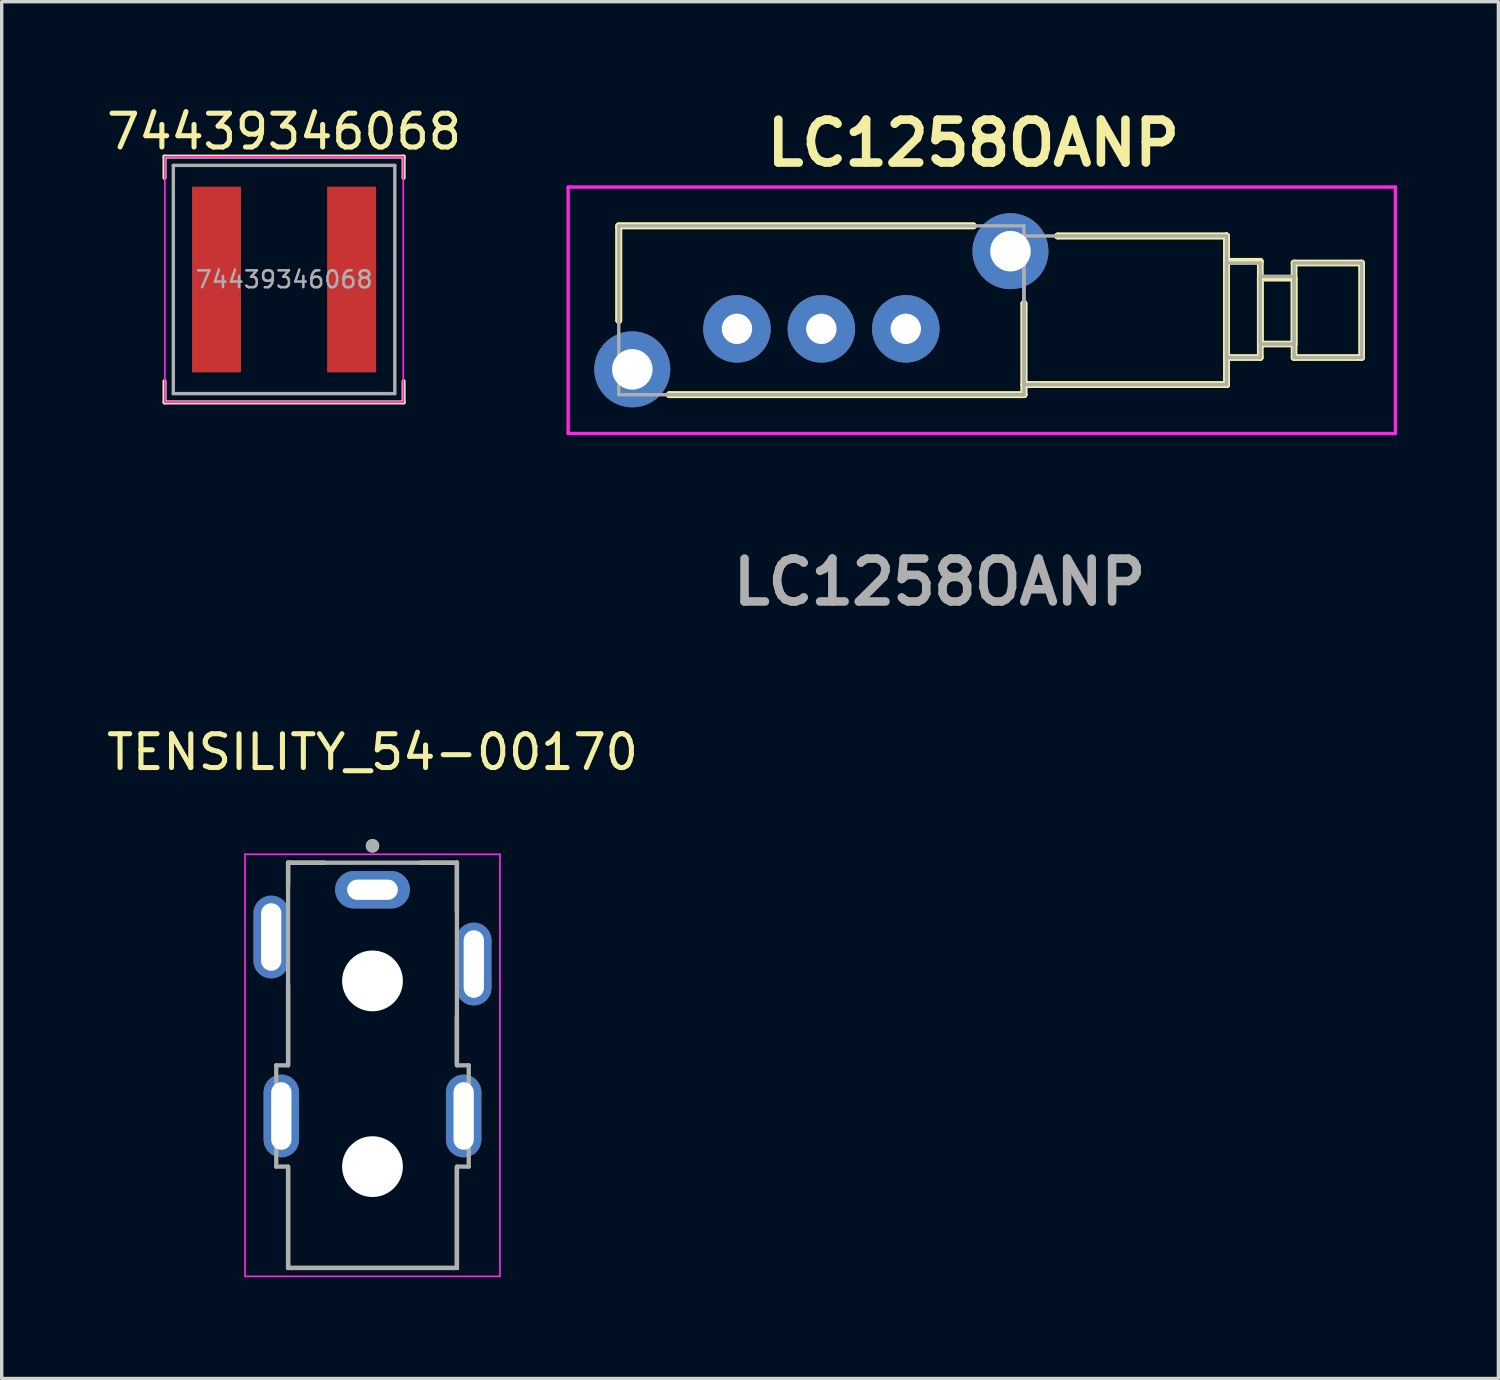
<source format=kicad_pcb>
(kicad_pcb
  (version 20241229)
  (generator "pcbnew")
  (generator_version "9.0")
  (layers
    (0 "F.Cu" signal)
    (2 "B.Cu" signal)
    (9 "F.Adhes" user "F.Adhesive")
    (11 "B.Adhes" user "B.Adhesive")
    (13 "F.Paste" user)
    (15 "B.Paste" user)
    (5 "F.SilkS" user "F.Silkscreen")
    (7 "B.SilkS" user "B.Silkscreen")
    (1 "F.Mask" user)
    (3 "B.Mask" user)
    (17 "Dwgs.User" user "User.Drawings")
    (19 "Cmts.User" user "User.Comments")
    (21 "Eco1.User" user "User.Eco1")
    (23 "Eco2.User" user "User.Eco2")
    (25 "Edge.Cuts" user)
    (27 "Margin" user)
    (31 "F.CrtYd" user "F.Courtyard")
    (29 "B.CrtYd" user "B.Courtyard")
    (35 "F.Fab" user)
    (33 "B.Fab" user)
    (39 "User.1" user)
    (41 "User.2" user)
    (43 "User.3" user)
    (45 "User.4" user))
  (footprint "74439346068"
    (layer "F.Cu")
    (at 5.363 5.228)
    (property "Reference" "74439346068" (at 0 -4.38 0) (layer "F.SilkS") (effects (font (size 1 1) (thickness 0.15))))
    (attr smd)
    (fp_line (start -3.54 -3.64) (end -3.54 -3.01) (stroke (width 0.12) (type solid)) (layer "F.SilkS"))
    (fp_line (start -3.54 -3.64) (end 3.54 -3.64) (stroke (width 0.12) (type solid)) (layer "F.SilkS"))
    (fp_line (start -3.54 3.64) (end -3.54 3.01) (stroke (width 0.12) (type solid)) (layer "F.SilkS"))
    (fp_line (start -3.54 3.64) (end 3.54 3.64) (stroke (width 0.12) (type solid)) (layer "F.SilkS"))
    (fp_line (start 3.54 -3.64) (end 3.54 -3.01) (stroke (width 0.12) (type solid)) (layer "F.SilkS"))
    (fp_line (start 3.54 3.64) (end 3.54 3.01) (stroke (width 0.12) (type solid)) (layer "F.SilkS"))
    (fp_line (start -3.53 -3.63) (end -3.53 3.63) (stroke (width 0.05) (type solid)) (layer "F.CrtYd"))
    (fp_line (start -3.53 3.63) (end 3.53 3.63) (stroke (width 0.05) (type solid)) (layer "F.CrtYd"))
    (fp_line (start 3.53 -3.63) (end -3.53 -3.63) (stroke (width 0.05) (type solid)) (layer "F.CrtYd"))
    (fp_line (start 3.53 3.63) (end 3.53 -3.63) (stroke (width 0.05) (type solid)) (layer "F.CrtYd"))
    (fp_line (start -3.28 -3.38) (end -3.28 3.38) (stroke (width 0.1) (type solid)) (layer "F.Fab"))
    (fp_line (start -3.28 3.38) (end 3.28 3.38) (stroke (width 0.1) (type solid)) (layer "F.Fab"))
    (fp_line (start 3.28 -3.38) (end -3.28 -3.38) (stroke (width 0.1) (type solid)) (layer "F.Fab"))
    (fp_line (start 3.28 3.38) (end 3.28 -3.38) (stroke (width 0.1) (type solid)) (layer "F.Fab"))
    (fp_text user "${REFERENCE}" (at 0 0 0) (layer "F.Fab") (effects (font (size 0.5 0.5) (thickness 0.075))))
    (pad "1" smd rect (at -2 0) (size 1.45 5.5) (layers "F.Cu" "F.Mask" "F.Paste"))
    (pad "2" smd rect (at 2 0) (size 1.45 5.5) (layers "F.Cu" "F.Mask" "F.Paste")))
  (footprint "TENSILITY_54-00170"
    (layer "F.Cu")
    (at 7.982 28.751)
    (property "Reference" "TENSILITY_54-00170" (at 0 -9.525 0) (layer "F.SilkS") (effects (font (size 1 1) (thickness 0.15))))
    (attr through_hole)
    (fp_line (start -2.5 -6.25) (end -1.422 -6.25) (stroke (width 0.127) (type solid)) (layer "F.SilkS"))
    (fp_line (start -2.5 -5.59) (end -2.5 -6.25) (stroke (width 0.127) (type solid)) (layer "F.SilkS"))
    (fp_line (start -2.5 -2.63) (end -2.5 -0.29) (stroke (width 0.127) (type solid)) (layer "F.SilkS"))
    (fp_line (start -2.5 5.75) (end -2.5 2.79) (stroke (width 0.127) (type solid)) (layer "F.SilkS"))
    (fp_line (start 1.422 -6.25) (end 2.5 -6.25) (stroke (width 0.127) (type solid)) (layer "F.SilkS"))
    (fp_line (start 2.5 -6.25) (end 2.5 -4.79) (stroke (width 0.127) (type solid)) (layer "F.SilkS"))
    (fp_line (start 2.5 -1.71) (end 2.5 -0.29) (stroke (width 0.127) (type solid)) (layer "F.SilkS"))
    (fp_line (start 2.5 5.75) (end -2.5 5.75) (stroke (width 0.127) (type solid)) (layer "F.SilkS"))
    (fp_line (start 2.5 5.75) (end 2.5 2.79) (stroke (width 0.127) (type solid)) (layer "F.SilkS"))
    (fp_circle (center 0 -6.75) (end 0.1 -6.75) (stroke (width 0.2) (type solid)) (fill no) (layer "F.SilkS"))
    (fp_line (start -3.775 -6.5) (end -3.775 6) (stroke (width 0.05) (type solid)) (layer "F.CrtYd"))
    (fp_line (start -3.775 6) (end 3.775 6) (stroke (width 0.05) (type solid)) (layer "F.CrtYd"))
    (fp_line (start 3.775 -6.5) (end -3.775 -6.5) (stroke (width 0.05) (type solid)) (layer "F.CrtYd"))
    (fp_line (start 3.775 6) (end 3.775 -6.5) (stroke (width 0.05) (type solid)) (layer "F.CrtYd"))
    (fp_line (start -2.85 -0.25) (end -2.85 2.75) (stroke (width 0.127) (type solid)) (layer "F.Fab"))
    (fp_line (start -2.85 -0.25) (end -2.5 -0.25) (stroke (width 0.127) (type solid)) (layer "F.Fab"))
    (fp_line (start -2.85 2.75) (end -2.5 2.75) (stroke (width 0.127) (type solid)) (layer "F.Fab"))
    (fp_line (start -2.5 -6.25) (end 2.5 -6.25) (stroke (width 0.127) (type solid)) (layer "F.Fab"))
    (fp_line (start -2.5 -0.25) (end -2.5 -6.25) (stroke (width 0.127) (type solid)) (layer "F.Fab"))
    (fp_line (start -2.5 5.75) (end -2.5 2.75) (stroke (width 0.127) (type solid)) (layer "F.Fab"))
    (fp_line (start -2.5 5.75) (end 2.5 5.75) (stroke (width 0.127) (type solid)) (layer "F.Fab"))
    (fp_line (start 2.5 -0.25) (end 2.5 -6.25) (stroke (width 0.127) (type solid)) (layer "F.Fab"))
    (fp_line (start 2.5 5.75) (end 2.5 2.75) (stroke (width 0.127) (type solid)) (layer "F.Fab"))
    (fp_line (start 2.85 -0.25) (end 2.5 -0.25) (stroke (width 0.127) (type solid)) (layer "F.Fab"))
    (fp_line (start 2.85 -0.25) (end 2.85 2.75) (stroke (width 0.127) (type solid)) (layer "F.Fab"))
    (fp_line (start 2.85 2.75) (end 2.5 2.75) (stroke (width 0.127) (type solid)) (layer "F.Fab"))
    (fp_circle (center 0 -6.75) (end 0.1 -6.75) (stroke (width 0.2) (type solid)) (fill no) (layer "F.Fab"))
    (pad "" np_thru_hole circle (at 0 -2.75) (size 1.8 1.8) (drill 1.8) (layers "*.Cu" "*.Mask"))
    (pad "" np_thru_hole circle (at 0 2.75) (size 1.8 1.8) (drill 1.8) (layers "*.Cu" "*.Mask"))
    (pad "1" thru_hole oval (at 0 -5.45) (size 2.216 1.108) (drill oval 1.5 0.6) (layers "*.Cu" "*.Mask"))
    (pad "2" thru_hole oval (at -3 -4.05) (size 1.05 2.45) (drill oval 0.6 2) (layers "*.Cu" "*.Mask"))
    (pad "3" thru_hole oval (at 3 -3.25) (size 1.05 2.45) (drill oval 0.6 2) (layers "*.Cu" "*.Mask"))
    (pad "MP" thru_hole oval (at -2.7 1.25) (size 1.05 2.45) (drill oval 0.6 2) (layers "*.Cu" "*.Mask"))
    (pad "MP" thru_hole oval (at 2.7 1.25) (size 1.05 2.45) (drill oval 0.6 2) (layers "*.Cu" "*.Mask")))
  (footprint "LC1258OANP"
    (layer "F.Cu")
    (at 18.776 6.689)
    (property "Reference" "LC1258OANP" (at 7 -5.5 0) (layer "F.SilkS") (effects (font (size 1.27 1.27) (thickness 0.254))))
    (attr through_hole)
    (fp_line (start -3.5 -3.05) (end -3.5 -3.05) (stroke (width 0.2) (type solid)) (layer "F.SilkS"))
    (fp_line (start -3.5 -3.05) (end 7 -3.05) (stroke (width 0.2) (type solid)) (layer "F.SilkS"))
    (fp_line (start -3.5 -3) (end -3.5 -3) (stroke (width 0.2) (type solid)) (layer "F.SilkS"))
    (fp_line (start -3.5 -3) (end -3.5 -0.25) (stroke (width 0.2) (type solid)) (layer "F.SilkS"))
    (fp_line (start -3.5 -0.25) (end -3.5 -3) (stroke (width 0.2) (type solid)) (layer "F.SilkS"))
    (fp_line (start -3.5 -0.25) (end -3.5 -0.25) (stroke (width 0.2) (type solid)) (layer "F.SilkS"))
    (fp_line (start -2 1.95) (end -2 1.95) (stroke (width 0.2) (type solid)) (layer "F.SilkS"))
    (fp_line (start -2 1.95) (end 8.5 1.95) (stroke (width 0.2) (type solid)) (layer "F.SilkS"))
    (fp_line (start 7 -3.05) (end -3.5 -3.05) (stroke (width 0.2) (type solid)) (layer "F.SilkS"))
    (fp_line (start 7 -3.05) (end 7 -3.05) (stroke (width 0.2) (type solid)) (layer "F.SilkS"))
    (fp_line (start 8.5 -0.75) (end 8.5 -0.75) (stroke (width 0.2) (type solid)) (layer "F.SilkS"))
    (fp_line (start 8.5 -0.75) (end 8.5 1.95) (stroke (width 0.2) (type solid)) (layer "F.SilkS"))
    (fp_line (start 8.5 1.65) (end 8.5 1.65) (stroke (width 0.2) (type solid)) (layer "F.SilkS"))
    (fp_line (start 8.5 1.65) (end 14.5 1.65) (stroke (width 0.2) (type solid)) (layer "F.SilkS"))
    (fp_line (start 8.5 1.95) (end -2 1.95) (stroke (width 0.2) (type solid)) (layer "F.SilkS"))
    (fp_line (start 8.5 1.95) (end 8.5 -0.75) (stroke (width 0.2) (type solid)) (layer "F.SilkS"))
    (fp_line (start 8.5 1.95) (end 8.5 1.95) (stroke (width 0.2) (type solid)) (layer "F.SilkS"))
    (fp_line (start 8.5 1.95) (end 8.5 1.95) (stroke (width 0.2) (type solid)) (layer "F.SilkS"))
    (fp_line (start 9.5 -2.75) (end 9.5 -2.75) (stroke (width 0.2) (type solid)) (layer "F.SilkS"))
    (fp_line (start 9.5 -2.75) (end 14.5 -2.75) (stroke (width 0.2) (type solid)) (layer "F.SilkS"))
    (fp_line (start 14.5 -2.75) (end 9.5 -2.75) (stroke (width 0.2) (type solid)) (layer "F.SilkS"))
    (fp_line (start 14.5 -2.75) (end 14.5 -2.75) (stroke (width 0.2) (type solid)) (layer "F.SilkS"))
    (fp_line (start 14.5 -2.75) (end 14.5 -2.75) (stroke (width 0.2) (type solid)) (layer "F.SilkS"))
    (fp_line (start 14.5 -2.75) (end 14.5 1.65) (stroke (width 0.2) (type solid)) (layer "F.SilkS"))
    (fp_line (start 14.5 -2) (end 14.5 0.85) (stroke (width 0.2) (type solid)) (layer "F.SilkS"))
    (fp_line (start 14.5 0.85) (end 15.5 0.85) (stroke (width 0.2) (type solid)) (layer "F.SilkS"))
    (fp_line (start 14.5 1.65) (end 8.5 1.65) (stroke (width 0.2) (type solid)) (layer "F.SilkS"))
    (fp_line (start 14.5 1.65) (end 14.5 -2.75) (stroke (width 0.2) (type solid)) (layer "F.SilkS"))
    (fp_line (start 14.5 1.65) (end 14.5 1.65) (stroke (width 0.2) (type solid)) (layer "F.SilkS"))
    (fp_line (start 14.5 1.65) (end 14.5 1.65) (stroke (width 0.2) (type solid)) (layer "F.SilkS"))
    (fp_line (start 15.5 -2) (end 14.5 -2) (stroke (width 0.2) (type solid)) (layer "F.SilkS"))
    (fp_line (start 15.5 -1.5) (end 15.5 0.45) (stroke (width 0.2) (type solid)) (layer "F.SilkS"))
    (fp_line (start 15.5 0.45) (end 16.5 0.45) (stroke (width 0.2) (type solid)) (layer "F.SilkS"))
    (fp_line (start 15.5 0.85) (end 15.5 -2) (stroke (width 0.2) (type solid)) (layer "F.SilkS"))
    (fp_line (start 16.5 -1.95) (end 16.5 0.85) (stroke (width 0.2) (type solid)) (layer "F.SilkS"))
    (fp_line (start 16.5 -1.5) (end 15.5 -1.5) (stroke (width 0.2) (type solid)) (layer "F.SilkS"))
    (fp_line (start 16.5 0.45) (end 16.5 -1.5) (stroke (width 0.2) (type solid)) (layer "F.SilkS"))
    (fp_line (start 16.5 0.85) (end 18.5 0.85) (stroke (width 0.2) (type solid)) (layer "F.SilkS"))
    (fp_line (start 18.5 -1.95) (end 16.5 -1.95) (stroke (width 0.2) (type solid)) (layer "F.SilkS"))
    (fp_line (start 18.5 0.85) (end 18.5 -1.95) (stroke (width 0.2) (type solid)) (layer "F.SilkS"))
    (fp_line (start -5 -4.2) (end 19.5 -4.2) (stroke (width 0.1) (type solid)) (layer "F.CrtYd"))
    (fp_line (start -5 3.1) (end -5 -4.2) (stroke (width 0.1) (type solid)) (layer "F.CrtYd"))
    (fp_line (start 19.5 -4.2) (end 19.5 3.1) (stroke (width 0.1) (type solid)) (layer "F.CrtYd"))
    (fp_line (start 19.5 3.1) (end -5 3.1) (stroke (width 0.1) (type solid)) (layer "F.CrtYd"))
    (fp_line (start -3.5 -3.05) (end -3.5 1.95) (stroke (width 0.1) (type solid)) (layer "F.Fab"))
    (fp_line (start -3.5 1.95) (end 8.5 1.95) (stroke (width 0.1) (type solid)) (layer "F.Fab"))
    (fp_line (start 8.5 -3.05) (end -3.5 -3.05) (stroke (width 0.1) (type solid)) (layer "F.Fab"))
    (fp_line (start 8.5 -2.75) (end 8.5 1.65) (stroke (width 0.1) (type solid)) (layer "F.Fab"))
    (fp_line (start 8.5 1.65) (end 14.5 1.65) (stroke (width 0.1) (type solid)) (layer "F.Fab"))
    (fp_line (start 8.5 1.95) (end 8.5 -3.05) (stroke (width 0.1) (type solid)) (layer "F.Fab"))
    (fp_line (start 14.5 -2.75) (end 8.5 -2.75) (stroke (width 0.1) (type solid)) (layer "F.Fab"))
    (fp_line (start 14.5 -1.95) (end 14.5 0.85) (stroke (width 0.1) (type solid)) (layer "F.Fab"))
    (fp_line (start 14.5 0.85) (end 15.5 0.85) (stroke (width 0.1) (type solid)) (layer "F.Fab"))
    (fp_line (start 14.5 1.65) (end 14.5 -2.75) (stroke (width 0.1) (type solid)) (layer "F.Fab"))
    (fp_line (start 15.5 -1.95) (end 14.5 -1.95) (stroke (width 0.1) (type solid)) (layer "F.Fab"))
    (fp_line (start 15.5 -1.55) (end 15.5 0.45) (stroke (width 0.1) (type solid)) (layer "F.Fab"))
    (fp_line (start 15.5 0.45) (end 16.5 0.45) (stroke (width 0.1) (type solid)) (layer "F.Fab"))
    (fp_line (start 15.5 0.85) (end 15.5 -1.95) (stroke (width 0.1) (type solid)) (layer "F.Fab"))
    (fp_line (start 16.5 -1.95) (end 16.5 0.85) (stroke (width 0.1) (type solid)) (layer "F.Fab"))
    (fp_line (start 16.5 -1.55) (end 15.5 -1.55) (stroke (width 0.1) (type solid)) (layer "F.Fab"))
    (fp_line (start 16.5 0.45) (end 16.5 -1.55) (stroke (width 0.1) (type solid)) (layer "F.Fab"))
    (fp_line (start 16.5 0.85) (end 18.5 0.85) (stroke (width 0.1) (type solid)) (layer "F.Fab"))
    (fp_line (start 18.5 -1.95) (end 16.5 -1.95) (stroke (width 0.1) (type solid)) (layer "F.Fab"))
    (fp_line (start 18.5 0.85) (end 18.5 -1.95) (stroke (width 0.1) (type solid)) (layer "F.Fab"))
    (fp_text user "${REFERENCE}" (at 6 7.5 0) (layer "F.Fab") (effects (font (size 1.27 1.27) (thickness 0.254))))
    (pad "1" thru_hole circle (at 5 0) (size 2 2) (drill 0.9) (layers "*.Cu" "*.Mask"))
    (pad "2" thru_hole circle (at 2.5 0) (size 2 2) (drill 0.9) (layers "*.Cu" "*.Mask"))
    (pad "NC" thru_hole circle (at -3.1 1.2) (size 2.25 2.25) (drill 1.2) (layers "*.Cu" "*.Mask"))
    (pad "NC" thru_hole circle (at 0 0) (size 2 2) (drill 0.9) (layers "*.Cu" "*.Mask"))
    (pad "NC" thru_hole circle (at 8.1 -2.3) (size 2.25 2.25) (drill 1.2) (layers "*.Cu" "*.Mask")))
  (gr_rect
    (start -3 -3)
    (end 41.326 37.776)
    (stroke (width 0.1) (type default))
    (fill no)
    (layer "Edge.Cuts")))
</source>
